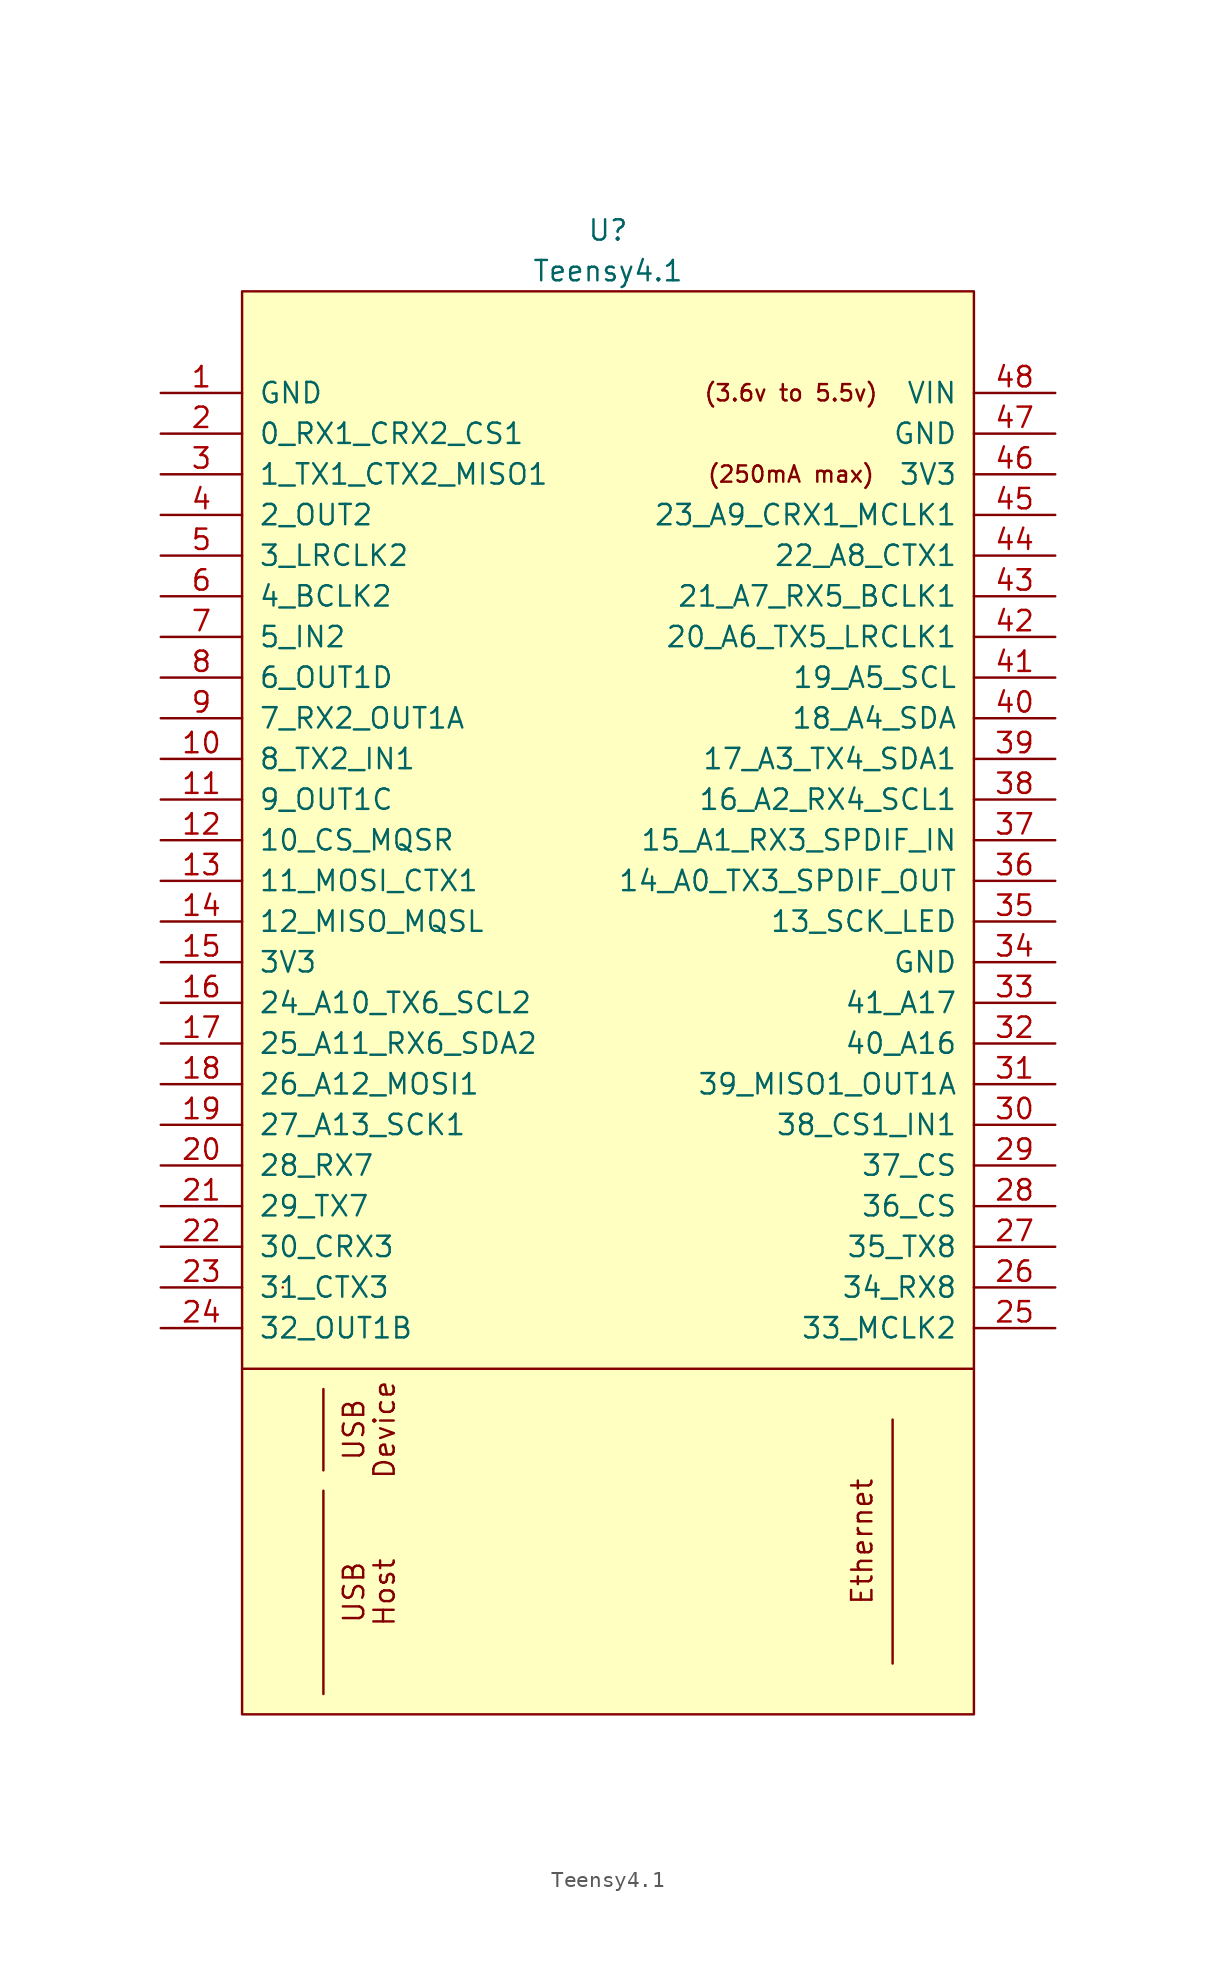
<source format=kicad_sym>
(kicad_symbol_lib
  (version 20241209)
  (generator "kicad_symbol_editor")
  (generator_version "9.0")
  (symbol "Teensy4.1"
    (pin_names
      (offset 1.016))
    (property "Reference" "U"
      (at 0 64.77 0)
      (effects (font (size 1.27 1.27))))
    (property "Value" "Teensy4.1"
      (at 0 62.23 0)
      (effects (font (size 1.27 1.27))))
    (symbol "Teensy4.1_0_0"
      (polyline (pts (xy -22.86 -6.35) (xy 22.86 -6.35)) (stroke (width 0) (type solid)) (fill (type none)))
      (polyline (pts (xy -17.78 -7.62) (xy -17.78 -12.7)) (stroke (width 0) (type solid)) (fill (type none)))
      (polyline (pts (xy -17.78 -26.67) (xy -17.78 -13.97)) (stroke (width 0) (type solid)) (fill (type none)))
      (polyline (pts (xy 17.78 -9.525) (xy 17.78 -24.765)) (stroke (width 0) (type solid)) (fill (type none)))
      (text "USB" (at -15.875 -10.16 900) (effects (font (size 1.27 1.27))))
      (text "USB" (at -15.875 -20.32 900) (effects (font (size 1.27 1.27))))
      (text "Device" (at -13.97 -10.16 900) (effects (font (size 1.27 1.27))))
      (text "Host" (at -13.97 -20.32 900) (effects (font (size 1.27 1.27))))
      (text "(3.6v to 5.5v)" (at 11.43 54.61 0) (effects (font (size 1.016 1.016))))
      (text "(250mA max)" (at 11.43 49.53 0) (effects (font (size 1.016 1.016))))
      (text "Ethernet" (at 15.875 -17.145 900) (effects (font (size 1.27 1.27))))
      (pin bidirectional line (at -27.94 44.45 0) (length 5.08) (name "3_LRCLK2" (effects (font (size 1.27 1.27)))) (number "5" (effects (font (size 1.27 1.27)))))
      (pin bidirectional line (at -27.94 41.91 0) (length 5.08) (name "4_BCLK2" (effects (font (size 1.27 1.27)))) (number "6" (effects (font (size 1.27 1.27)))))
      (pin bidirectional line (at -27.94 39.37 0) (length 5.08) (name "5_IN2" (effects (font (size 1.27 1.27)))) (number "7" (effects (font (size 1.27 1.27)))))
      (pin bidirectional line (at -27.94 36.83 0) (length 5.08) (name "6_OUT1D" (effects (font (size 1.27 1.27)))) (number "8" (effects (font (size 1.27 1.27)))))
      (pin bidirectional line (at -27.94 34.29 0) (length 5.08) (name "7_RX2_OUT1A" (effects (font (size 1.27 1.27)))) (number "9" (effects (font (size 1.27 1.27)))))
      (pin bidirectional line (at -27.94 31.75 0) (length 5.08) (name "8_TX2_IN1" (effects (font (size 1.27 1.27)))) (number "10" (effects (font (size 1.27 1.27)))))
      (pin bidirectional line (at -27.94 29.21 0) (length 5.08) (name "9_OUT1C" (effects (font (size 1.27 1.27)))) (number "11" (effects (font (size 1.27 1.27)))))
      (pin bidirectional line (at -27.94 26.67 0) (length 5.08) (name "10_CS_MQSR" (effects (font (size 1.27 1.27)))) (number "12" (effects (font (size 1.27 1.27)))))
      (pin bidirectional line (at -27.94 24.13 0) (length 5.08) (name "11_MOSI_CTX1" (effects (font (size 1.27 1.27)))) (number "13" (effects (font (size 1.27 1.27)))))
      (pin bidirectional line (at -27.94 21.59 0) (length 5.08) (name "12_MISO_MQSL" (effects (font (size 1.27 1.27)))) (number "14" (effects (font (size 1.27 1.27)))))
      (pin power_in line (at -27.94 19.05 0) (length 5.08) (name "3V3" (effects (font (size 1.27 1.27)))) (number "15" (effects (font (size 1.27 1.27)))))
      (pin bidirectional line (at -27.94 16.51 0) (length 5.08) (name "24_A10_TX6_SCL2" (effects (font (size 1.27 1.27)))) (number "16" (effects (font (size 1.27 1.27)))))
      (pin bidirectional line (at -27.94 13.97 0) (length 5.08) (name "25_A11_RX6_SDA2" (effects (font (size 1.27 1.27)))) (number "17" (effects (font (size 1.27 1.27)))))
      (pin bidirectional line (at -27.94 11.43 0) (length 5.08) (name "26_A12_MOSI1" (effects (font (size 1.27 1.27)))) (number "18" (effects (font (size 1.27 1.27)))))
      (pin bidirectional line (at -27.94 8.89 0) (length 5.08) (name "27_A13_SCK1" (effects (font (size 1.27 1.27)))) (number "19" (effects (font (size 1.27 1.27)))))
      (pin bidirectional line (at -27.94 6.35 0) (length 5.08) (name "28_RX7" (effects (font (size 1.27 1.27)))) (number "20" (effects (font (size 1.27 1.27)))))
      (pin bidirectional line (at -27.94 3.81 0) (length 5.08) (name "29_TX7" (effects (font (size 1.27 1.27)))) (number "21" (effects (font (size 1.27 1.27)))))
      (pin bidirectional line (at -27.94 1.27 0) (length 5.08) (name "30_CRX3" (effects (font (size 1.27 1.27)))) (number "22" (effects (font (size 1.27 1.27)))))
      (pin bidirectional line (at -27.94 -1.27 0) (length 5.08) (name "31_CTX3" (effects (font (size 1.27 1.27)))) (number "23" (effects (font (size 1.27 1.27)))))
      (pin bidirectional line (at -27.94 -3.81 0) (length 5.08) (name "32_OUT1B" (effects (font (size 1.27 1.27)))) (number "24" (effects (font (size 1.27 1.27)))))
      (pin power_in line (at 27.94 54.61 180) (length 5.08) (name "VIN" (effects (font (size 1.27 1.27)))) (number "48" (effects (font (size 1.27 1.27)))))
      (pin bidirectional line (at 27.94 46.99 180) (length 5.08) (name "23_A9_CRX1_MCLK1" (effects (font (size 1.27 1.27)))) (number "45" (effects (font (size 1.27 1.27)))))
      (pin bidirectional line (at 27.94 44.45 180) (length 5.08) (name "22_A8_CTX1" (effects (font (size 1.27 1.27)))) (number "44" (effects (font (size 1.27 1.27)))))
      (pin bidirectional line (at 27.94 41.91 180) (length 5.08) (name "21_A7_RX5_BCLK1" (effects (font (size 1.27 1.27)))) (number "43" (effects (font (size 1.27 1.27)))))
      (pin bidirectional line (at 27.94 39.37 180) (length 5.08) (name "20_A6_TX5_LRCLK1" (effects (font (size 1.27 1.27)))) (number "42" (effects (font (size 1.27 1.27)))))
      (pin bidirectional line (at 27.94 36.83 180) (length 5.08) (name "19_A5_SCL" (effects (font (size 1.27 1.27)))) (number "41" (effects (font (size 1.27 1.27)))))
      (pin bidirectional line (at 27.94 34.29 180) (length 5.08) (name "18_A4_SDA" (effects (font (size 1.27 1.27)))) (number "40" (effects (font (size 1.27 1.27)))))
      (pin bidirectional line (at 27.94 31.75 180) (length 5.08) (name "17_A3_TX4_SDA1" (effects (font (size 1.27 1.27)))) (number "39" (effects (font (size 1.27 1.27)))))
      (pin bidirectional line (at 27.94 29.21 180) (length 5.08) (name "16_A2_RX4_SCL1" (effects (font (size 1.27 1.27)))) (number "38" (effects (font (size 1.27 1.27)))))
      (pin bidirectional line (at 27.94 26.67 180) (length 5.08) (name "15_A1_RX3_SPDIF_IN" (effects (font (size 1.27 1.27)))) (number "37" (effects (font (size 1.27 1.27)))))
      (pin bidirectional line (at 27.94 24.13 180) (length 5.08) (name "14_A0_TX3_SPDIF_OUT" (effects (font (size 1.27 1.27)))) (number "36" (effects (font (size 1.27 1.27)))))
      (pin bidirectional line (at 27.94 21.59 180) (length 5.08) (name "13_SCK_LED" (effects (font (size 1.27 1.27)))) (number "35" (effects (font (size 1.27 1.27)))))
      (pin bidirectional line (at 27.94 16.51 180) (length 5.08) (name "41_A17" (effects (font (size 1.27 1.27)))) (number "33" (effects (font (size 1.27 1.27)))))
      (pin bidirectional line (at 27.94 13.97 180) (length 5.08) (name "40_A16" (effects (font (size 1.27 1.27)))) (number "32" (effects (font (size 1.27 1.27)))))
      (pin bidirectional line (at 27.94 11.43 180) (length 5.08) (name "39_MISO1_OUT1A" (effects (font (size 1.27 1.27)))) (number "31" (effects (font (size 1.27 1.27)))))
      (pin bidirectional line (at 27.94 8.89 180) (length 5.08) (name "38_CS1_IN1" (effects (font (size 1.27 1.27)))) (number "30" (effects (font (size 1.27 1.27)))))
      (pin bidirectional line (at 27.94 6.35 180) (length 5.08) (name "37_CS" (effects (font (size 1.27 1.27)))) (number "29" (effects (font (size 1.27 1.27)))))
      (pin bidirectional line (at 27.94 3.81 180) (length 5.08) (name "36_CS" (effects (font (size 1.27 1.27)))) (number "28" (effects (font (size 1.27 1.27)))))
      (pin bidirectional line (at 27.94 1.27 180) (length 5.08) (name "35_TX8" (effects (font (size 1.27 1.27)))) (number "27" (effects (font (size 1.27 1.27)))))
      (pin bidirectional line (at 27.94 -1.27 180) (length 5.08) (name "34_RX8" (effects (font (size 1.27 1.27)))) (number "26" (effects (font (size 1.27 1.27)))))
      (pin bidirectional line (at 27.94 -3.81 180) (length 5.08) (name "33_MCLK2" (effects (font (size 1.27 1.27)))) (number "25" (effects (font (size 1.27 1.27))))))
    (symbol "Teensy4.1_0_1"
      (rectangle (start -20.32 -1.27) (end -20.32 -1.27) (stroke (width 0) (type solid)) (fill (type none))))
    (symbol "Teensy4.1_1_0"
      (pin power_in line (at 27.94 52.07 180) (length 5.08) (name "GND" (effects (font (size 1.27 1.27)))) (number "47" (effects (font (size 1.27 1.27)))))
      (pin power_out line (at 27.94 49.53 180) (length 5.08) (name "3V3" (effects (font (size 1.27 1.27)))) (number "46" (effects (font (size 1.27 1.27))))))
    (symbol "Teensy4.1_1_1"
      (rectangle (start -22.86 60.96) (end 22.86 -27.94) (stroke (width 0) (type solid)) (fill (type background)))
      (pin power_in line (at -27.94 54.61 0) (length 5.08) (name "GND" (effects (font (size 1.27 1.27)))) (number "1" (effects (font (size 1.27 1.27)))))
      (pin bidirectional line (at -27.94 52.07 0) (length 5.08) (name "0_RX1_CRX2_CS1" (effects (font (size 1.27 1.27)))) (number "2" (effects (font (size 1.27 1.27)))))
      (pin bidirectional line (at -27.94 49.53 0) (length 5.08) (name "1_TX1_CTX2_MISO1" (effects (font (size 1.27 1.27)))) (number "3" (effects (font (size 1.27 1.27)))))
      (pin bidirectional line (at -27.94 46.99 0) (length 5.08) (name "2_OUT2" (effects (font (size 1.27 1.27)))) (number "4" (effects (font (size 1.27 1.27)))))
      (pin power_in line (at 27.94 19.05 180) (length 5.08) (name "GND" (effects (font (size 1.27 1.27)))) (number "34" (effects (font (size 1.27 1.27))))))))
</source>
